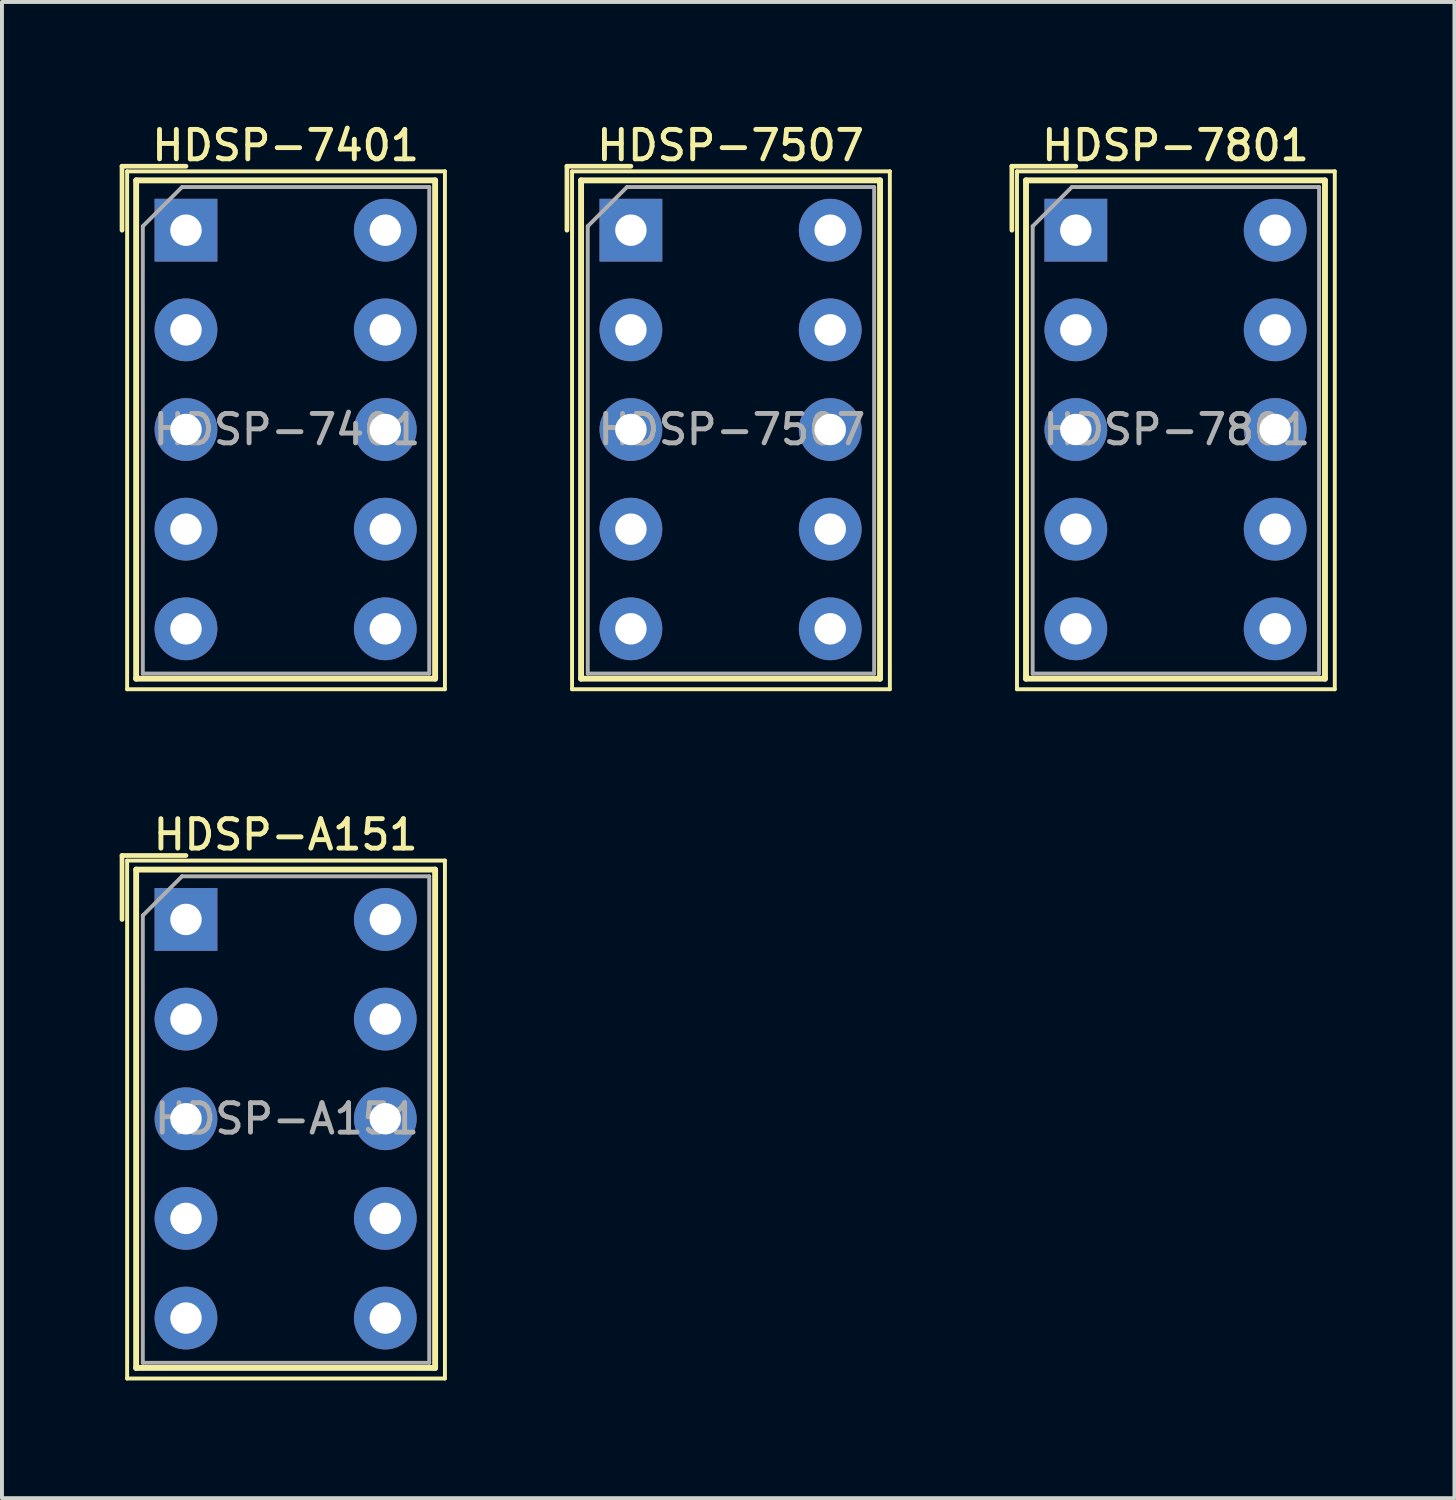
<source format=kicad_pcb>
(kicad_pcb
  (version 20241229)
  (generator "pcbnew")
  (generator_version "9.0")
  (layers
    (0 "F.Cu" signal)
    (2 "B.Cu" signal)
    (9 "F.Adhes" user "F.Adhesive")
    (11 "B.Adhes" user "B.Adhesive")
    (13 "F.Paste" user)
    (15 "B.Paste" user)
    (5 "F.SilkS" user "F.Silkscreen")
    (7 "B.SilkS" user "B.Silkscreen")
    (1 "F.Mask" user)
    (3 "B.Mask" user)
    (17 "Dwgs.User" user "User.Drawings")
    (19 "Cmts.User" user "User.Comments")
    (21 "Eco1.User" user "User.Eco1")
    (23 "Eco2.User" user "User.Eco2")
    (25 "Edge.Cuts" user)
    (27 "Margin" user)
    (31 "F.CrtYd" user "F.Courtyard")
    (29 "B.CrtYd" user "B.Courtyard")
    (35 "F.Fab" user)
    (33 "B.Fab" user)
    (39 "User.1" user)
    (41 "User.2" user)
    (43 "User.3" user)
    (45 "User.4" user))
  (footprint "HDSP-7801"
    (layer "F.Cu")
    (at 24.37 2.817)
    (property "Reference" "HDSP-7801" (at 2.54 -2.159 0) (layer "F.SilkS") (effects (font (size 0.75 0.75) (thickness 0.125))))
    (attr through_hole)
    (fp_line (start -1.63 -1.63) (end 0 -1.63) (stroke (width 0.12) (type solid)) (layer "F.SilkS"))
    (fp_line (start -1.63 0) (end -1.63 -1.63) (stroke (width 0.12) (type solid)) (layer "F.SilkS"))
    (fp_line (start -1.5 -1.5) (end 6.6 -1.5) (stroke (width 0.1) (type solid)) (layer "F.SilkS"))
    (fp_line (start -1.5 11.7) (end -1.5 -1.5) (stroke (width 0.1) (type solid)) (layer "F.SilkS"))
    (fp_line (start -1.27 -1.27) (end -1.27 11.43) (stroke (width 0.15) (type solid)) (layer "F.SilkS"))
    (fp_line (start -1.27 11.43) (end 6.35 11.43) (stroke (width 0.15) (type solid)) (layer "F.SilkS"))
    (fp_line (start 6.35 -1.27) (end -1.27 -1.27) (stroke (width 0.15) (type solid)) (layer "F.SilkS"))
    (fp_line (start 6.35 11.43) (end 6.35 -1.27) (stroke (width 0.15) (type solid)) (layer "F.SilkS"))
    (fp_line (start 6.6 -1.5) (end 6.6 11.7) (stroke (width 0.1) (type solid)) (layer "F.SilkS"))
    (fp_line (start 6.6 11.7) (end -1.5 11.7) (stroke (width 0.1) (type solid)) (layer "F.SilkS"))
    (fp_line (start -1.1 -0.1) (end -0.1 -1.1) (stroke (width 0.1) (type solid)) (layer "F.Fab"))
    (fp_line (start -1.1 11.3) (end -1.1 -0.1) (stroke (width 0.1) (type solid)) (layer "F.Fab"))
    (fp_line (start -0.1 -1.1) (end 6.2 -1.1) (stroke (width 0.1) (type solid)) (layer "F.Fab"))
    (fp_line (start 6.2 -1.1) (end 6.2 11.3) (stroke (width 0.1) (type solid)) (layer "F.Fab"))
    (fp_line (start 6.2 11.3) (end -1.1 11.3) (stroke (width 0.1) (type solid)) (layer "F.Fab"))
    (fp_text user "${REFERENCE}" (at 2.573 5.08 0) (layer "F.Fab") (effects (font (size 0.75 0.75) (thickness 0.125))))
    (pad "1" thru_hole rect (at 0 0) (size 1.6 1.6) (drill 0.8) (layers "*.Cu" "*.Mask"))
    (pad "2" thru_hole circle (at 0 2.54) (size 1.6 1.6) (drill 0.8) (layers "*.Cu" "*.Mask"))
    (pad "3" thru_hole circle (at 0 5.08) (size 1.6 1.6) (drill 0.8) (layers "*.Cu" "*.Mask"))
    (pad "4" thru_hole circle (at 0 7.62) (size 1.6 1.6) (drill 0.8) (layers "*.Cu" "*.Mask"))
    (pad "5" thru_hole circle (at 0 10.16) (size 1.6 1.6) (drill 0.8) (layers "*.Cu" "*.Mask"))
    (pad "6" thru_hole circle (at 5.08 10.16) (size 1.6 1.6) (drill 0.8) (layers "*.Cu" "*.Mask"))
    (pad "7" thru_hole circle (at 5.08 7.62) (size 1.6 1.6) (drill 0.8) (layers "*.Cu" "*.Mask"))
    (pad "8" thru_hole circle (at 5.08 5.08) (size 1.6 1.6) (drill 0.8) (layers "*.Cu" "*.Mask"))
    (pad "9" thru_hole circle (at 5.08 2.54) (size 1.6 1.6) (drill 0.8) (layers "*.Cu" "*.Mask"))
    (pad "10" thru_hole circle (at 5.08 0) (size 1.6 1.6) (drill 0.8) (layers "*.Cu" "*.Mask")))
  (footprint "HDSP-7401"
    (layer "F.Cu")
    (at 1.69 2.817)
    (property "Reference" "HDSP-7401" (at 2.54 -2.159 0) (layer "F.SilkS") (effects (font (size 0.75 0.75) (thickness 0.125))))
    (attr through_hole)
    (fp_line (start -1.63 -1.63) (end 0 -1.63) (stroke (width 0.12) (type solid)) (layer "F.SilkS"))
    (fp_line (start -1.63 0) (end -1.63 -1.63) (stroke (width 0.12) (type solid)) (layer "F.SilkS"))
    (fp_line (start -1.5 -1.5) (end 6.6 -1.5) (stroke (width 0.1) (type solid)) (layer "F.SilkS"))
    (fp_line (start -1.5 11.7) (end -1.5 -1.5) (stroke (width 0.1) (type solid)) (layer "F.SilkS"))
    (fp_line (start -1.27 -1.27) (end -1.27 11.43) (stroke (width 0.15) (type solid)) (layer "F.SilkS"))
    (fp_line (start -1.27 11.43) (end 6.35 11.43) (stroke (width 0.15) (type solid)) (layer "F.SilkS"))
    (fp_line (start 6.35 -1.27) (end -1.27 -1.27) (stroke (width 0.15) (type solid)) (layer "F.SilkS"))
    (fp_line (start 6.35 11.43) (end 6.35 -1.27) (stroke (width 0.15) (type solid)) (layer "F.SilkS"))
    (fp_line (start 6.6 -1.5) (end 6.6 11.7) (stroke (width 0.1) (type solid)) (layer "F.SilkS"))
    (fp_line (start 6.6 11.7) (end -1.5 11.7) (stroke (width 0.1) (type solid)) (layer "F.SilkS"))
    (fp_line (start -1.1 -0.1) (end -0.1 -1.1) (stroke (width 0.1) (type solid)) (layer "F.Fab"))
    (fp_line (start -1.1 11.3) (end -1.1 -0.1) (stroke (width 0.1) (type solid)) (layer "F.Fab"))
    (fp_line (start -0.1 -1.1) (end 6.2 -1.1) (stroke (width 0.1) (type solid)) (layer "F.Fab"))
    (fp_line (start 6.2 -1.1) (end 6.2 11.3) (stroke (width 0.1) (type solid)) (layer "F.Fab"))
    (fp_line (start 6.2 11.3) (end -1.1 11.3) (stroke (width 0.1) (type solid)) (layer "F.Fab"))
    (fp_text user "${REFERENCE}" (at 2.573 5.08 0) (layer "F.Fab") (effects (font (size 0.75 0.75) (thickness 0.125))))
    (pad "1" thru_hole rect (at 0 0) (size 1.6 1.6) (drill 0.8) (layers "*.Cu" "*.Mask"))
    (pad "2" thru_hole circle (at 0 2.54) (size 1.6 1.6) (drill 0.8) (layers "*.Cu" "*.Mask"))
    (pad "3" thru_hole circle (at 0 5.08) (size 1.6 1.6) (drill 0.8) (layers "*.Cu" "*.Mask"))
    (pad "4" thru_hole circle (at 0 7.62) (size 1.6 1.6) (drill 0.8) (layers "*.Cu" "*.Mask"))
    (pad "5" thru_hole circle (at 0 10.16) (size 1.6 1.6) (drill 0.8) (layers "*.Cu" "*.Mask"))
    (pad "6" thru_hole circle (at 5.08 10.16) (size 1.6 1.6) (drill 0.8) (layers "*.Cu" "*.Mask"))
    (pad "7" thru_hole circle (at 5.08 7.62) (size 1.6 1.6) (drill 0.8) (layers "*.Cu" "*.Mask"))
    (pad "8" thru_hole circle (at 5.08 5.08) (size 1.6 1.6) (drill 0.8) (layers "*.Cu" "*.Mask"))
    (pad "9" thru_hole circle (at 5.08 2.54) (size 1.6 1.6) (drill 0.8) (layers "*.Cu" "*.Mask"))
    (pad "10" thru_hole circle (at 5.08 0) (size 1.6 1.6) (drill 0.8) (layers "*.Cu" "*.Mask")))
  (footprint "HDSP-7507"
    (layer "F.Cu")
    (at 13.03 2.817)
    (property "Reference" "HDSP-7507" (at 2.54 -2.159 0) (layer "F.SilkS") (effects (font (size 0.75 0.75) (thickness 0.125))))
    (attr through_hole)
    (fp_line (start -1.63 -1.63) (end 0 -1.63) (stroke (width 0.12) (type solid)) (layer "F.SilkS"))
    (fp_line (start -1.63 0) (end -1.63 -1.63) (stroke (width 0.12) (type solid)) (layer "F.SilkS"))
    (fp_line (start -1.5 -1.5) (end 6.6 -1.5) (stroke (width 0.1) (type solid)) (layer "F.SilkS"))
    (fp_line (start -1.5 11.7) (end -1.5 -1.5) (stroke (width 0.1) (type solid)) (layer "F.SilkS"))
    (fp_line (start -1.27 -1.27) (end -1.27 11.43) (stroke (width 0.15) (type solid)) (layer "F.SilkS"))
    (fp_line (start -1.27 11.43) (end 6.35 11.43) (stroke (width 0.15) (type solid)) (layer "F.SilkS"))
    (fp_line (start 6.35 -1.27) (end -1.27 -1.27) (stroke (width 0.15) (type solid)) (layer "F.SilkS"))
    (fp_line (start 6.35 11.43) (end 6.35 -1.27) (stroke (width 0.15) (type solid)) (layer "F.SilkS"))
    (fp_line (start 6.6 -1.5) (end 6.6 11.7) (stroke (width 0.1) (type solid)) (layer "F.SilkS"))
    (fp_line (start 6.6 11.7) (end -1.5 11.7) (stroke (width 0.1) (type solid)) (layer "F.SilkS"))
    (fp_line (start -1.1 -0.1) (end -0.1 -1.1) (stroke (width 0.1) (type solid)) (layer "F.Fab"))
    (fp_line (start -1.1 11.3) (end -1.1 -0.1) (stroke (width 0.1) (type solid)) (layer "F.Fab"))
    (fp_line (start -0.1 -1.1) (end 6.2 -1.1) (stroke (width 0.1) (type solid)) (layer "F.Fab"))
    (fp_line (start 6.2 -1.1) (end 6.2 11.3) (stroke (width 0.1) (type solid)) (layer "F.Fab"))
    (fp_line (start 6.2 11.3) (end -1.1 11.3) (stroke (width 0.1) (type solid)) (layer "F.Fab"))
    (fp_text user "${REFERENCE}" (at 2.573 5.08 0) (layer "F.Fab") (effects (font (size 0.75 0.75) (thickness 0.125))))
    (pad "1" thru_hole rect (at 0 0) (size 1.6 1.6) (drill 0.8) (layers "*.Cu" "*.Mask"))
    (pad "2" thru_hole circle (at 0 2.54) (size 1.6 1.6) (drill 0.8) (layers "*.Cu" "*.Mask"))
    (pad "3" thru_hole circle (at 0 5.08) (size 1.6 1.6) (drill 0.8) (layers "*.Cu" "*.Mask"))
    (pad "4" thru_hole circle (at 0 7.62) (size 1.6 1.6) (drill 0.8) (layers "*.Cu" "*.Mask"))
    (pad "5" thru_hole circle (at 0 10.16) (size 1.6 1.6) (drill 0.8) (layers "*.Cu" "*.Mask"))
    (pad "6" thru_hole circle (at 5.08 10.16) (size 1.6 1.6) (drill 0.8) (layers "*.Cu" "*.Mask"))
    (pad "7" thru_hole circle (at 5.08 7.62) (size 1.6 1.6) (drill 0.8) (layers "*.Cu" "*.Mask"))
    (pad "8" thru_hole circle (at 5.08 5.08) (size 1.6 1.6) (drill 0.8) (layers "*.Cu" "*.Mask"))
    (pad "9" thru_hole circle (at 5.08 2.54) (size 1.6 1.6) (drill 0.8) (layers "*.Cu" "*.Mask"))
    (pad "10" thru_hole circle (at 5.08 0) (size 1.6 1.6) (drill 0.8) (layers "*.Cu" "*.Mask")))
  (footprint "HDSP-A151"
    (layer "F.Cu")
    (at 1.69 20.384)
    (property "Reference" "HDSP-A151" (at 2.54 -2.159 0) (layer "F.SilkS") (effects (font (size 0.75 0.75) (thickness 0.125))))
    (attr through_hole)
    (fp_line (start -1.63 -1.63) (end 0 -1.63) (stroke (width 0.12) (type solid)) (layer "F.SilkS"))
    (fp_line (start -1.63 0) (end -1.63 -1.63) (stroke (width 0.12) (type solid)) (layer "F.SilkS"))
    (fp_line (start -1.5 -1.5) (end 6.6 -1.5) (stroke (width 0.1) (type solid)) (layer "F.SilkS"))
    (fp_line (start -1.5 11.7) (end -1.5 -1.5) (stroke (width 0.1) (type solid)) (layer "F.SilkS"))
    (fp_line (start -1.27 -1.27) (end -1.27 11.43) (stroke (width 0.15) (type solid)) (layer "F.SilkS"))
    (fp_line (start -1.27 11.43) (end 6.35 11.43) (stroke (width 0.15) (type solid)) (layer "F.SilkS"))
    (fp_line (start 6.35 -1.27) (end -1.27 -1.27) (stroke (width 0.15) (type solid)) (layer "F.SilkS"))
    (fp_line (start 6.35 11.43) (end 6.35 -1.27) (stroke (width 0.15) (type solid)) (layer "F.SilkS"))
    (fp_line (start 6.6 -1.5) (end 6.6 11.7) (stroke (width 0.1) (type solid)) (layer "F.SilkS"))
    (fp_line (start 6.6 11.7) (end -1.5 11.7) (stroke (width 0.1) (type solid)) (layer "F.SilkS"))
    (fp_line (start -1.1 -0.1) (end -0.1 -1.1) (stroke (width 0.1) (type solid)) (layer "F.Fab"))
    (fp_line (start -1.1 11.3) (end -1.1 -0.1) (stroke (width 0.1) (type solid)) (layer "F.Fab"))
    (fp_line (start -0.1 -1.1) (end 6.2 -1.1) (stroke (width 0.1) (type solid)) (layer "F.Fab"))
    (fp_line (start 6.2 -1.1) (end 6.2 11.3) (stroke (width 0.1) (type solid)) (layer "F.Fab"))
    (fp_line (start 6.2 11.3) (end -1.1 11.3) (stroke (width 0.1) (type solid)) (layer "F.Fab"))
    (fp_text user "${REFERENCE}" (at 2.573 5.08 0) (layer "F.Fab") (effects (font (size 0.75 0.75) (thickness 0.125))))
    (pad "1" thru_hole rect (at 0 0) (size 1.6 1.6) (drill 0.8) (layers "*.Cu" "*.Mask"))
    (pad "2" thru_hole circle (at 0 2.54) (size 1.6 1.6) (drill 0.8) (layers "*.Cu" "*.Mask"))
    (pad "3" thru_hole circle (at 0 5.08) (size 1.6 1.6) (drill 0.8) (layers "*.Cu" "*.Mask"))
    (pad "4" thru_hole circle (at 0 7.62) (size 1.6 1.6) (drill 0.8) (layers "*.Cu" "*.Mask"))
    (pad "5" thru_hole circle (at 0 10.16) (size 1.6 1.6) (drill 0.8) (layers "*.Cu" "*.Mask"))
    (pad "6" thru_hole circle (at 5.08 10.16) (size 1.6 1.6) (drill 0.8) (layers "*.Cu" "*.Mask"))
    (pad "7" thru_hole circle (at 5.08 7.62) (size 1.6 1.6) (drill 0.8) (layers "*.Cu" "*.Mask"))
    (pad "8" thru_hole circle (at 5.08 5.08) (size 1.6 1.6) (drill 0.8) (layers "*.Cu" "*.Mask"))
    (pad "9" thru_hole circle (at 5.08 2.54) (size 1.6 1.6) (drill 0.8) (layers "*.Cu" "*.Mask"))
    (pad "10" thru_hole circle (at 5.08 0) (size 1.6 1.6) (drill 0.8) (layers "*.Cu" "*.Mask")))
  (gr_rect
    (start -3 -3)
    (end 34.02 35.134)
    (stroke (width 0.1) (type default))
    (fill no)
    (layer "Edge.Cuts")))
</source>
